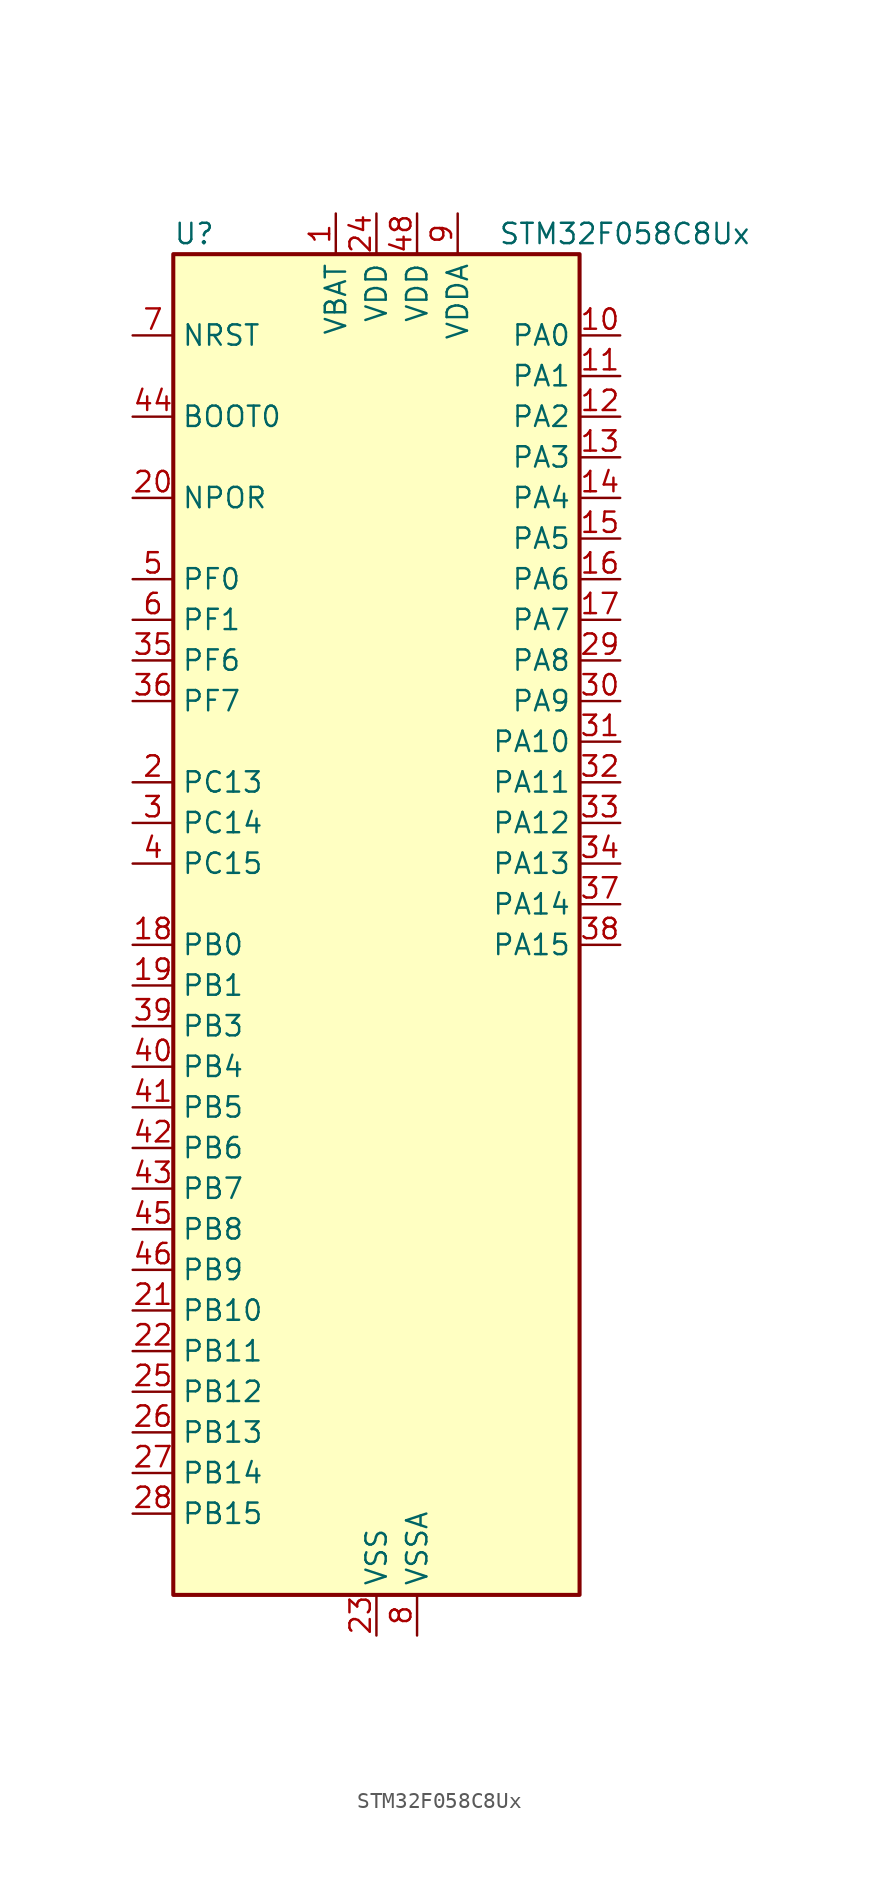
<source format=kicad_sym>
(kicad_symbol_lib
  (version 20241209)
  (generator "kicad_symbol_editor")
  (generator_version "9.0")
  (symbol "STM32F058C8Ux"
    (property "Reference" "U"
      (at -12.7 44.45 0)
      (effects (font (size 1.27 1.27)) (justify left)))
    (property "Value" "STM32F058C8Ux"
      (at 7.62 44.45 0)
      (effects (font (size 1.27 1.27)) (justify left)))
    (symbol "STM32F058C8Ux_0_1"
      (rectangle (start -12.7 -40.64) (end 12.7 43.18) (stroke (width 0.254) (type default)) (fill (type background))))
    (symbol "STM32F058C8Ux_1_1"
      (pin input line (at -15.24 38.1 0) (length 2.54) (name "NRST" (effects (font (size 1.27 1.27)))) (number "7" (effects (font (size 1.27 1.27)))))
      (pin input line (at -15.24 33.02 0) (length 2.54) (name "BOOT0" (effects (font (size 1.27 1.27)))) (number "44" (effects (font (size 1.27 1.27)))))
      (pin input line (at -15.24 27.94 0) (length 2.54) (name "NPOR" (effects (font (size 1.27 1.27)))) (number "20" (effects (font (size 1.27 1.27)))))
      (pin bidirectional line (at -15.24 22.86 0) (length 2.54) (name "PF0" (effects (font (size 1.27 1.27)))) (number "5" (effects (font (size 1.27 1.27)))) (alternate "RCC_OSC_IN" bidirectional line))
      (pin bidirectional line (at -15.24 20.32 0) (length 2.54) (name "PF1" (effects (font (size 1.27 1.27)))) (number "6" (effects (font (size 1.27 1.27)))) (alternate "RCC_OSC_OUT" bidirectional line))
      (pin bidirectional line (at -15.24 17.78 0) (length 2.54) (name "PF6" (effects (font (size 1.27 1.27)))) (number "35" (effects (font (size 1.27 1.27)))) (alternate "I2C2_SCL" bidirectional line))
      (pin bidirectional line (at -15.24 15.24 0) (length 2.54) (name "PF7" (effects (font (size 1.27 1.27)))) (number "36" (effects (font (size 1.27 1.27)))) (alternate "I2C2_SDA" bidirectional line))
      (pin bidirectional line (at -15.24 10.16 0) (length 2.54) (name "PC13" (effects (font (size 1.27 1.27)))) (number "2" (effects (font (size 1.27 1.27)))) (alternate "RTC_OUT_ALARM" bidirectional line) (alternate "RTC_OUT_CALIB" bidirectional line) (alternate "RTC_TAMP1" bidirectional line) (alternate "RTC_TS" bidirectional line) (alternate "SYS_WKUP2" bidirectional line))
      (pin bidirectional line (at -15.24 7.62 0) (length 2.54) (name "PC14" (effects (font (size 1.27 1.27)))) (number "3" (effects (font (size 1.27 1.27)))) (alternate "RCC_OSC32_IN" bidirectional line))
      (pin bidirectional line (at -15.24 5.08 0) (length 2.54) (name "PC15" (effects (font (size 1.27 1.27)))) (number "4" (effects (font (size 1.27 1.27)))) (alternate "RCC_OSC32_OUT" bidirectional line))
      (pin bidirectional line (at -15.24 0 0) (length 2.54) (name "PB0" (effects (font (size 1.27 1.27)))) (number "18" (effects (font (size 1.27 1.27)))) (alternate "ADC_IN8" bidirectional line) (alternate "TIM1_CH2N" bidirectional line) (alternate "TIM3_CH3" bidirectional line) (alternate "TSC_G3_IO2" bidirectional line))
      (pin bidirectional line (at -15.24 -2.54 0) (length 2.54) (name "PB1" (effects (font (size 1.27 1.27)))) (number "19" (effects (font (size 1.27 1.27)))) (alternate "ADC_IN9" bidirectional line) (alternate "TIM14_CH1" bidirectional line) (alternate "TIM1_CH3N" bidirectional line) (alternate "TIM3_CH4" bidirectional line) (alternate "TSC_G3_IO3" bidirectional line))
      (pin bidirectional line (at -15.24 -5.08 0) (length 2.54) (name "PB3" (effects (font (size 1.27 1.27)))) (number "39" (effects (font (size 1.27 1.27)))) (alternate "I2S1_CK" bidirectional line) (alternate "SPI1_SCK" bidirectional line) (alternate "TIM2_CH2" bidirectional line) (alternate "TSC_G5_IO1" bidirectional line))
      (pin bidirectional line (at -15.24 -7.62 0) (length 2.54) (name "PB4" (effects (font (size 1.27 1.27)))) (number "40" (effects (font (size 1.27 1.27)))) (alternate "I2S1_MCK" bidirectional line) (alternate "SPI1_MISO" bidirectional line) (alternate "TIM3_CH1" bidirectional line) (alternate "TSC_G5_IO2" bidirectional line))
      (pin bidirectional line (at -15.24 -10.16 0) (length 2.54) (name "PB5" (effects (font (size 1.27 1.27)))) (number "41" (effects (font (size 1.27 1.27)))) (alternate "I2C1_SMBA" bidirectional line) (alternate "I2S1_SD" bidirectional line) (alternate "SPI1_MOSI" bidirectional line) (alternate "TIM16_BKIN" bidirectional line) (alternate "TIM3_CH2" bidirectional line))
      (pin bidirectional line (at -15.24 -12.7 0) (length 2.54) (name "PB6" (effects (font (size 1.27 1.27)))) (number "42" (effects (font (size 1.27 1.27)))) (alternate "I2C1_SCL" bidirectional line) (alternate "TIM16_CH1N" bidirectional line) (alternate "TSC_G5_IO3" bidirectional line) (alternate "USART1_TX" bidirectional line))
      (pin bidirectional line (at -15.24 -15.24 0) (length 2.54) (name "PB7" (effects (font (size 1.27 1.27)))) (number "43" (effects (font (size 1.27 1.27)))) (alternate "I2C1_SDA" bidirectional line) (alternate "TIM17_CH1N" bidirectional line) (alternate "TSC_G5_IO4" bidirectional line) (alternate "USART1_RX" bidirectional line))
      (pin bidirectional line (at -15.24 -17.78 0) (length 2.54) (name "PB8" (effects (font (size 1.27 1.27)))) (number "45" (effects (font (size 1.27 1.27)))) (alternate "CEC" bidirectional line) (alternate "I2C1_SCL" bidirectional line) (alternate "TIM16_CH1" bidirectional line) (alternate "TSC_SYNC" bidirectional line))
      (pin bidirectional line (at -15.24 -20.32 0) (length 2.54) (name "PB9" (effects (font (size 1.27 1.27)))) (number "46" (effects (font (size 1.27 1.27)))) (alternate "DAC1_EXTI9" bidirectional line) (alternate "I2C1_SDA" bidirectional line) (alternate "IR_OUT" bidirectional line) (alternate "TIM17_CH1" bidirectional line))
      (pin bidirectional line (at -15.24 -22.86 0) (length 2.54) (name "PB10" (effects (font (size 1.27 1.27)))) (number "21" (effects (font (size 1.27 1.27)))) (alternate "CEC" bidirectional line) (alternate "I2C2_SCL" bidirectional line) (alternate "TIM2_CH3" bidirectional line) (alternate "TSC_SYNC" bidirectional line))
      (pin bidirectional line (at -15.24 -25.4 0) (length 2.54) (name "PB11" (effects (font (size 1.27 1.27)))) (number "22" (effects (font (size 1.27 1.27)))) (alternate "I2C2_SDA" bidirectional line) (alternate "TIM2_CH4" bidirectional line) (alternate "TSC_G6_IO1" bidirectional line))
      (pin bidirectional line (at -15.24 -27.94 0) (length 2.54) (name "PB12" (effects (font (size 1.27 1.27)))) (number "25" (effects (font (size 1.27 1.27)))) (alternate "SPI2_NSS" bidirectional line) (alternate "TIM1_BKIN" bidirectional line) (alternate "TSC_G6_IO2" bidirectional line))
      (pin bidirectional line (at -15.24 -30.48 0) (length 2.54) (name "PB13" (effects (font (size 1.27 1.27)))) (number "26" (effects (font (size 1.27 1.27)))) (alternate "SPI2_SCK" bidirectional line) (alternate "TIM1_CH1N" bidirectional line) (alternate "TSC_G6_IO3" bidirectional line))
      (pin bidirectional line (at -15.24 -33.02 0) (length 2.54) (name "PB14" (effects (font (size 1.27 1.27)))) (number "27" (effects (font (size 1.27 1.27)))) (alternate "SPI2_MISO" bidirectional line) (alternate "TIM15_CH1" bidirectional line) (alternate "TIM1_CH2N" bidirectional line) (alternate "TSC_G6_IO4" bidirectional line))
      (pin bidirectional line (at -15.24 -35.56 0) (length 2.54) (name "PB15" (effects (font (size 1.27 1.27)))) (number "28" (effects (font (size 1.27 1.27)))) (alternate "RTC_REFIN" bidirectional line) (alternate "SPI2_MOSI" bidirectional line) (alternate "TIM15_CH1N" bidirectional line) (alternate "TIM15_CH2" bidirectional line) (alternate "TIM1_CH3N" bidirectional line))
      (pin power_in line (at -2.54 45.72 270) (length 2.54) (name "VBAT" (effects (font (size 1.27 1.27)))) (number "1" (effects (font (size 1.27 1.27)))))
      (pin power_in line (at 0 45.72 270) (length 2.54) (name "VDD" (effects (font (size 1.27 1.27)))) (number "24" (effects (font (size 1.27 1.27)))))
      (pin power_in line (at 0 -43.18 90) (length 2.54) (name "VSS" (effects (font (size 1.27 1.27)))) (number "23" (effects (font (size 1.27 1.27)))))
      (pin passive line (at 0 -43.18 90) (length 2.54) (hide yes) (name "VSS" (effects (font (size 1.27 1.27)))) (number "47" (effects (font (size 1.27 1.27)))))
      (pin passive line (at 0 -43.18 90) (length 2.54) (hide yes) (name "VSS" (effects (font (size 1.27 1.27)))) (number "49" (effects (font (size 1.27 1.27)))))
      (pin power_in line (at 2.54 45.72 270) (length 2.54) (name "VDD" (effects (font (size 1.27 1.27)))) (number "48" (effects (font (size 1.27 1.27)))))
      (pin power_in line (at 2.54 -43.18 90) (length 2.54) (name "VSSA" (effects (font (size 1.27 1.27)))) (number "8" (effects (font (size 1.27 1.27)))))
      (pin power_in line (at 5.08 45.72 270) (length 2.54) (name "VDDA" (effects (font (size 1.27 1.27)))) (number "9" (effects (font (size 1.27 1.27)))))
      (pin bidirectional line (at 15.24 38.1 180) (length 2.54) (name "PA0" (effects (font (size 1.27 1.27)))) (number "10" (effects (font (size 1.27 1.27)))) (alternate "ADC_IN0" bidirectional line) (alternate "COMP1_INM" bidirectional line) (alternate "COMP1_OUT" bidirectional line) (alternate "RTC_TAMP2" bidirectional line) (alternate "SYS_WKUP1" bidirectional line) (alternate "TIM2_CH1" bidirectional line) (alternate "TIM2_ETR" bidirectional line) (alternate "TSC_G1_IO1" bidirectional line) (alternate "USART2_CTS" bidirectional line))
      (pin bidirectional line (at 15.24 35.56 180) (length 2.54) (name "PA1" (effects (font (size 1.27 1.27)))) (number "11" (effects (font (size 1.27 1.27)))) (alternate "ADC_IN1" bidirectional line) (alternate "COMP1_INP" bidirectional line) (alternate "TIM2_CH2" bidirectional line) (alternate "TSC_G1_IO2" bidirectional line) (alternate "USART2_DE" bidirectional line) (alternate "USART2_RTS" bidirectional line))
      (pin bidirectional line (at 15.24 33.02 180) (length 2.54) (name "PA2" (effects (font (size 1.27 1.27)))) (number "12" (effects (font (size 1.27 1.27)))) (alternate "ADC_IN2" bidirectional line) (alternate "COMP2_INM" bidirectional line) (alternate "COMP2_OUT" bidirectional line) (alternate "TIM15_CH1" bidirectional line) (alternate "TIM2_CH3" bidirectional line) (alternate "TSC_G1_IO3" bidirectional line) (alternate "USART2_TX" bidirectional line))
      (pin bidirectional line (at 15.24 30.48 180) (length 2.54) (name "PA3" (effects (font (size 1.27 1.27)))) (number "13" (effects (font (size 1.27 1.27)))) (alternate "ADC_IN3" bidirectional line) (alternate "COMP2_INP" bidirectional line) (alternate "TIM15_CH2" bidirectional line) (alternate "TIM2_CH4" bidirectional line) (alternate "TSC_G1_IO4" bidirectional line) (alternate "USART2_RX" bidirectional line))
      (pin bidirectional line (at 15.24 27.94 180) (length 2.54) (name "PA4" (effects (font (size 1.27 1.27)))) (number "14" (effects (font (size 1.27 1.27)))) (alternate "ADC_IN4" bidirectional line) (alternate "COMP1_INM" bidirectional line) (alternate "COMP2_INM" bidirectional line) (alternate "DAC1_OUT1" bidirectional line) (alternate "I2S1_WS" bidirectional line) (alternate "SPI1_NSS" bidirectional line) (alternate "TIM14_CH1" bidirectional line) (alternate "TSC_G2_IO1" bidirectional line) (alternate "USART2_CK" bidirectional line))
      (pin bidirectional line (at 15.24 25.4 180) (length 2.54) (name "PA5" (effects (font (size 1.27 1.27)))) (number "15" (effects (font (size 1.27 1.27)))) (alternate "ADC_IN5" bidirectional line) (alternate "CEC" bidirectional line) (alternate "COMP1_INM" bidirectional line) (alternate "COMP2_INM" bidirectional line) (alternate "I2S1_CK" bidirectional line) (alternate "SPI1_SCK" bidirectional line) (alternate "TIM2_CH1" bidirectional line) (alternate "TIM2_ETR" bidirectional line) (alternate "TSC_G2_IO2" bidirectional line))
      (pin bidirectional line (at 15.24 22.86 180) (length 2.54) (name "PA6" (effects (font (size 1.27 1.27)))) (number "16" (effects (font (size 1.27 1.27)))) (alternate "ADC_IN6" bidirectional line) (alternate "COMP1_OUT" bidirectional line) (alternate "I2S1_MCK" bidirectional line) (alternate "SPI1_MISO" bidirectional line) (alternate "TIM16_CH1" bidirectional line) (alternate "TIM1_BKIN" bidirectional line) (alternate "TIM3_CH1" bidirectional line) (alternate "TSC_G2_IO3" bidirectional line))
      (pin bidirectional line (at 15.24 20.32 180) (length 2.54) (name "PA7" (effects (font (size 1.27 1.27)))) (number "17" (effects (font (size 1.27 1.27)))) (alternate "ADC_IN7" bidirectional line) (alternate "COMP2_OUT" bidirectional line) (alternate "I2S1_SD" bidirectional line) (alternate "SPI1_MOSI" bidirectional line) (alternate "TIM14_CH1" bidirectional line) (alternate "TIM17_CH1" bidirectional line) (alternate "TIM1_CH1N" bidirectional line) (alternate "TIM3_CH2" bidirectional line) (alternate "TSC_G2_IO4" bidirectional line))
      (pin bidirectional line (at 15.24 17.78 180) (length 2.54) (name "PA8" (effects (font (size 1.27 1.27)))) (number "29" (effects (font (size 1.27 1.27)))) (alternate "RCC_MCO" bidirectional line) (alternate "TIM1_CH1" bidirectional line) (alternate "USART1_CK" bidirectional line))
      (pin bidirectional line (at 15.24 15.24 180) (length 2.54) (name "PA9" (effects (font (size 1.27 1.27)))) (number "30" (effects (font (size 1.27 1.27)))) (alternate "DAC1_EXTI9" bidirectional line) (alternate "TIM15_BKIN" bidirectional line) (alternate "TIM1_CH2" bidirectional line) (alternate "TSC_G4_IO1" bidirectional line) (alternate "USART1_TX" bidirectional line))
      (pin bidirectional line (at 15.24 12.7 180) (length 2.54) (name "PA10" (effects (font (size 1.27 1.27)))) (number "31" (effects (font (size 1.27 1.27)))) (alternate "TIM17_BKIN" bidirectional line) (alternate "TIM1_CH3" bidirectional line) (alternate "TSC_G4_IO2" bidirectional line) (alternate "USART1_RX" bidirectional line))
      (pin bidirectional line (at 15.24 10.16 180) (length 2.54) (name "PA11" (effects (font (size 1.27 1.27)))) (number "32" (effects (font (size 1.27 1.27)))) (alternate "COMP1_OUT" bidirectional line) (alternate "TIM1_CH4" bidirectional line) (alternate "TSC_G4_IO3" bidirectional line) (alternate "USART1_CTS" bidirectional line))
      (pin bidirectional line (at 15.24 7.62 180) (length 2.54) (name "PA12" (effects (font (size 1.27 1.27)))) (number "33" (effects (font (size 1.27 1.27)))) (alternate "COMP2_OUT" bidirectional line) (alternate "TIM1_ETR" bidirectional line) (alternate "TSC_G4_IO4" bidirectional line) (alternate "USART1_DE" bidirectional line) (alternate "USART1_RTS" bidirectional line))
      (pin bidirectional line (at 15.24 5.08 180) (length 2.54) (name "PA13" (effects (font (size 1.27 1.27)))) (number "34" (effects (font (size 1.27 1.27)))) (alternate "IR_OUT" bidirectional line) (alternate "SYS_SWDIO" bidirectional line))
      (pin bidirectional line (at 15.24 2.54 180) (length 2.54) (name "PA14" (effects (font (size 1.27 1.27)))) (number "37" (effects (font (size 1.27 1.27)))) (alternate "SYS_SWCLK" bidirectional line) (alternate "USART2_TX" bidirectional line))
      (pin bidirectional line (at 15.24 0 180) (length 2.54) (name "PA15" (effects (font (size 1.27 1.27)))) (number "38" (effects (font (size 1.27 1.27)))) (alternate "I2S1_WS" bidirectional line) (alternate "SPI1_NSS" bidirectional line) (alternate "TIM2_CH1" bidirectional line) (alternate "TIM2_ETR" bidirectional line) (alternate "USART2_RX" bidirectional line)))))
</source>
